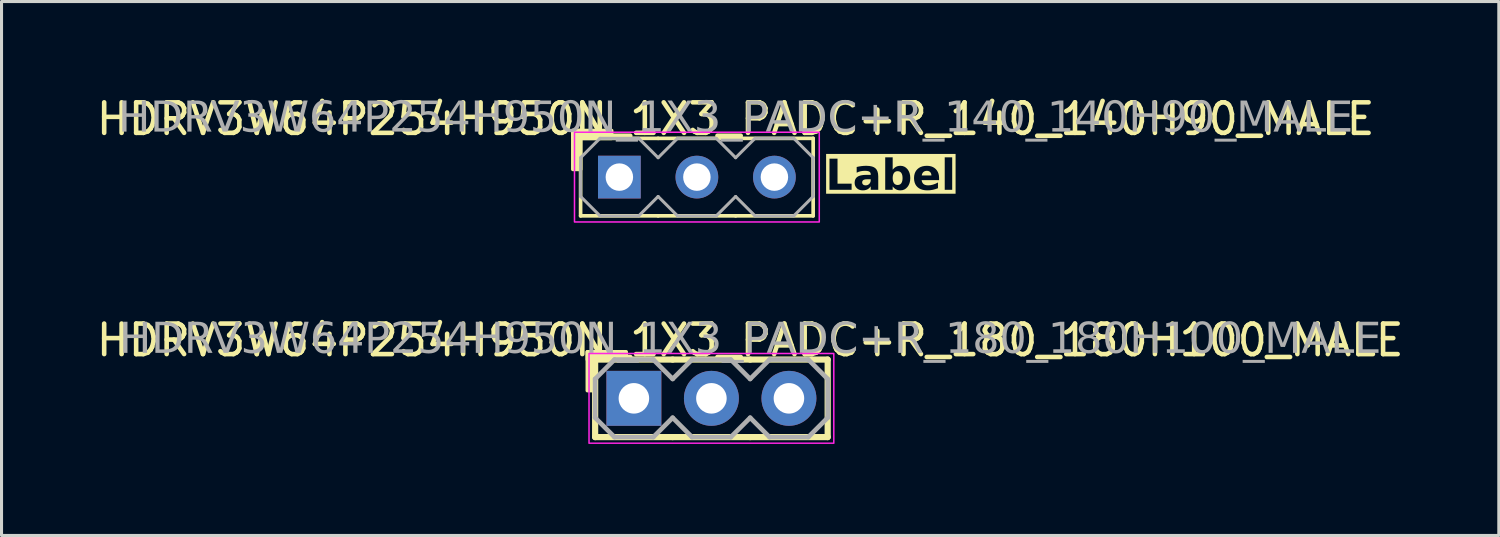
<source format=kicad_pcb>
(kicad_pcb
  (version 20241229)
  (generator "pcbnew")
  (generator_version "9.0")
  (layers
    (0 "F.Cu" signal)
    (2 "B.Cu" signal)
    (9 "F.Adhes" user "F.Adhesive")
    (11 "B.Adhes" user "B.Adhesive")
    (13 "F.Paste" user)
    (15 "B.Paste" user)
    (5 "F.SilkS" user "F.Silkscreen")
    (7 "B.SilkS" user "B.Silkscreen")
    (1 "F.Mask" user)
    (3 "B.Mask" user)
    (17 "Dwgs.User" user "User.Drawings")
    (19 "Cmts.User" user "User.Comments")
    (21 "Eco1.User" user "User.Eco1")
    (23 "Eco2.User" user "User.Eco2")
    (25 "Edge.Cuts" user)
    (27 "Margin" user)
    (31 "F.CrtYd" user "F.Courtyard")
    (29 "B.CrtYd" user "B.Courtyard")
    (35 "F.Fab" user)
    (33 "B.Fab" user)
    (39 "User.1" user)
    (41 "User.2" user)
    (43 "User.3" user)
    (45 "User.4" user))
  (footprint "HDRV3W64P254H950N_1X3_PADC+R_140_140H90_MALE"
    (layer "F.Cu")
    (at 19.784 2.753)
    (property "Reference" "HDRV3W64P254H950N_1X3_PADC+R_140_140H90_MALE" (at 1.27 -1.905 0) (layer "F.SilkS") (effects (font (size 1 1) (thickness 0.15))))
    (property "Label" "Label" (at 6.35 0 0) (layer "F.SilkS" knockout) (effects (font (face "Tahoma") (size 1 1) (thickness 0.2) (bold yes))))
    (attr through_hole)
    (fp_line (start -3.81 1.27) (end -3.81 -1.27) (stroke (width 0.12) (type solid)) (layer "F.SilkS"))
    (fp_line (start -1.27 -1.27) (end -3.81 -1.27) (stroke (width 0.12) (type solid)) (layer "F.SilkS"))
    (fp_line (start -1.27 1.27) (end -3.81 1.27) (stroke (width 0.12) (type solid)) (layer "F.SilkS"))
    (fp_line (start 1.27 -1.27) (end -1.27 -1.27) (stroke (width 0.12) (type solid)) (layer "F.SilkS"))
    (fp_line (start 1.27 1.27) (end -1.27 1.27) (stroke (width 0.12) (type solid)) (layer "F.SilkS"))
    (fp_line (start 3.81 -1.27) (end 1.27 -1.27) (stroke (width 0.12) (type solid)) (layer "F.SilkS"))
    (fp_line (start 3.81 1.27) (end 1.27 1.27) (stroke (width 0.12) (type solid)) (layer "F.SilkS"))
    (fp_line (start 3.81 1.27) (end 3.81 -1.27) (stroke (width 0.12) (type solid)) (layer "F.SilkS"))
    (fp_rect (start -4.064 -0.254) (end -3.81 -1.524) (stroke (width 0.12) (type solid)) (fill yes) (layer "F.SilkS"))
    (fp_rect (start -2.794 -1.27) (end -4.064 -1.524) (stroke (width 0.12) (type solid)) (fill yes) (layer "F.SilkS"))
    (fp_rect (start -4.01 -1.47) (end 4.01 1.47) (stroke (width 0.05) (type default)) (fill no) (layer "F.CrtYd"))
    (fp_line (start -3.81 -0.635) (end -3.81 0.635) (stroke (width 0.1) (type solid)) (layer "F.Fab"))
    (fp_line (start -3.81 -0.635) (end -3.175 -1.27) (stroke (width 0.1) (type solid)) (layer "F.Fab"))
    (fp_line (start -3.175 -1.27) (end -1.905 -1.27) (stroke (width 0.1) (type solid)) (layer "F.Fab"))
    (fp_line (start -3.175 1.27) (end -3.81 0.635) (stroke (width 0.1) (type solid)) (layer "F.Fab"))
    (fp_line (start -1.905 -1.27) (end -1.27 -0.635) (stroke (width 0.1) (type solid)) (layer "F.Fab"))
    (fp_line (start -1.905 1.27) (end -3.175 1.27) (stroke (width 0.1) (type solid)) (layer "F.Fab"))
    (fp_line (start -1.27 -0.635) (end -0.635 -1.27) (stroke (width 0.1) (type solid)) (layer "F.Fab"))
    (fp_line (start -1.27 0.635) (end -1.905 1.27) (stroke (width 0.1) (type solid)) (layer "F.Fab"))
    (fp_line (start -0.635 -1.27) (end 0.635 -1.27) (stroke (width 0.1) (type solid)) (layer "F.Fab"))
    (fp_line (start -0.635 1.27) (end -1.27 0.635) (stroke (width 0.1) (type solid)) (layer "F.Fab"))
    (fp_line (start 0.635 -1.27) (end 1.27 -0.635) (stroke (width 0.1) (type solid)) (layer "F.Fab"))
    (fp_line (start 0.635 1.27) (end -0.635 1.27) (stroke (width 0.1) (type solid)) (layer "F.Fab"))
    (fp_line (start 1.27 -0.635) (end 1.905 -1.27) (stroke (width 0.1) (type solid)) (layer "F.Fab"))
    (fp_line (start 1.27 0.635) (end 0.635 1.27) (stroke (width 0.1) (type solid)) (layer "F.Fab"))
    (fp_line (start 1.905 -1.27) (end 3.175 -1.27) (stroke (width 0.1) (type solid)) (layer "F.Fab"))
    (fp_line (start 1.905 1.27) (end 1.27 0.635) (stroke (width 0.1) (type solid)) (layer "F.Fab"))
    (fp_line (start 3.175 -1.27) (end 3.81 -0.635) (stroke (width 0.1) (type solid)) (layer "F.Fab"))
    (fp_line (start 3.175 1.27) (end 1.905 1.27) (stroke (width 0.1) (type solid)) (layer "F.Fab"))
    (fp_line (start 3.81 -0.635) (end 3.81 0.635) (stroke (width 0.1) (type solid)) (layer "F.Fab"))
    (fp_line (start 3.81 0.635) (end 3.175 1.27) (stroke (width 0.1) (type solid)) (layer "F.Fab"))
    (fp_rect (start -2.286 -0.254) (end -2.794 0.254) (stroke (width 0.1) (type solid)) (fill no) (layer "F.Fab"))
    (fp_rect (start 0.254 -0.254) (end -0.254 0.254) (stroke (width 0.1) (type solid)) (fill no) (layer "F.Fab"))
    (fp_rect (start 2.794 -0.254) (end 2.286 0.254) (stroke (width 0.1) (type solid)) (fill no) (layer "F.Fab"))
    (fp_text user "${REFERENCE}" (at 1.27 -1.905 0) (layer "F.Fab") (effects (font (face "Tahoma") (size 1 1) (thickness 0.15))))
    (pad "1" thru_hole rect (at -2.54 0) (size 1.4 1.4) (drill 0.9) (layers "*.Cu" "*.Mask"))
    (pad "2" thru_hole circle (at 0 0) (size 1.4 1.4) (drill 0.9) (layers "*.Cu" "*.Mask"))
    (pad "3" thru_hole circle (at 2.54 0) (size 1.4 1.4) (drill 0.9) (layers "*.Cu" "*.Mask")))
  (footprint "HDRV3W64P254H950N_1X3_PADC+R_180_180H100_MALE"
    (layer "F.Cu")
    (at 20.26 10.002)
    (property "Reference" "HDRV3W64P254H950N_1X3_PADC+R_180_180H100_MALE" (at 1.27 -1.905 0) (layer "F.SilkS") (effects (font (size 1 1) (thickness 0.15))))
    (attr through_hole)
    (fp_line (start -3.81 1.27) (end -3.81 -1.27) (stroke (width 0.203) (type solid)) (layer "F.SilkS"))
    (fp_line (start -1.27 -1.27) (end -3.81 -1.27) (stroke (width 0.203) (type solid)) (layer "F.SilkS"))
    (fp_line (start -1.27 1.27) (end -3.81 1.27) (stroke (width 0.203) (type solid)) (layer "F.SilkS"))
    (fp_line (start 1.27 -1.27) (end -1.27 -1.27) (stroke (width 0.203) (type solid)) (layer "F.SilkS"))
    (fp_line (start 1.27 1.27) (end -1.27 1.27) (stroke (width 0.203) (type solid)) (layer "F.SilkS"))
    (fp_line (start 3.81 -1.27) (end 1.27 -1.27) (stroke (width 0.203) (type solid)) (layer "F.SilkS"))
    (fp_line (start 3.81 1.27) (end 1.27 1.27) (stroke (width 0.203) (type solid)) (layer "F.SilkS"))
    (fp_line (start 3.81 1.27) (end 3.81 -1.27) (stroke (width 0.203) (type solid)) (layer "F.SilkS"))
    (fp_rect (start -4.064 -0.254) (end -3.81 -1.524) (stroke (width 0.12) (type solid)) (fill yes) (layer "F.SilkS"))
    (fp_rect (start -2.794 -1.27) (end -4.064 -1.524) (stroke (width 0.12) (type solid)) (fill yes) (layer "F.SilkS"))
    (fp_rect (start -4.01 -1.47) (end 4.01 1.47) (stroke (width 0.05) (type default)) (fill no) (layer "F.CrtYd"))
    (fp_line (start -3.81 -0.635) (end -3.81 0.635) (stroke (width 0.152) (type solid)) (layer "F.Fab"))
    (fp_line (start -3.81 -0.635) (end -3.175 -1.27) (stroke (width 0.152) (type solid)) (layer "F.Fab"))
    (fp_line (start -3.175 -1.27) (end -1.905 -1.27) (stroke (width 0.152) (type solid)) (layer "F.Fab"))
    (fp_line (start -3.175 1.27) (end -3.81 0.635) (stroke (width 0.152) (type solid)) (layer "F.Fab"))
    (fp_line (start -1.905 -1.27) (end -1.27 -0.635) (stroke (width 0.152) (type solid)) (layer "F.Fab"))
    (fp_line (start -1.905 1.27) (end -3.175 1.27) (stroke (width 0.152) (type solid)) (layer "F.Fab"))
    (fp_line (start -1.27 -0.635) (end -0.635 -1.27) (stroke (width 0.152) (type solid)) (layer "F.Fab"))
    (fp_line (start -1.27 0.635) (end -1.905 1.27) (stroke (width 0.152) (type solid)) (layer "F.Fab"))
    (fp_line (start -0.635 -1.27) (end 0.635 -1.27) (stroke (width 0.152) (type solid)) (layer "F.Fab"))
    (fp_line (start -0.635 1.27) (end -1.27 0.635) (stroke (width 0.152) (type solid)) (layer "F.Fab"))
    (fp_line (start 0.635 -1.27) (end 1.27 -0.635) (stroke (width 0.152) (type solid)) (layer "F.Fab"))
    (fp_line (start 0.635 1.27) (end -0.635 1.27) (stroke (width 0.152) (type solid)) (layer "F.Fab"))
    (fp_line (start 1.27 -0.635) (end 1.905 -1.27) (stroke (width 0.152) (type solid)) (layer "F.Fab"))
    (fp_line (start 1.27 0.635) (end 0.635 1.27) (stroke (width 0.152) (type solid)) (layer "F.Fab"))
    (fp_line (start 1.905 -1.27) (end 3.175 -1.27) (stroke (width 0.152) (type solid)) (layer "F.Fab"))
    (fp_line (start 1.905 1.27) (end 1.27 0.635) (stroke (width 0.152) (type solid)) (layer "F.Fab"))
    (fp_line (start 3.175 -1.27) (end 3.81 -0.635) (stroke (width 0.152) (type solid)) (layer "F.Fab"))
    (fp_line (start 3.175 1.27) (end 1.905 1.27) (stroke (width 0.152) (type solid)) (layer "F.Fab"))
    (fp_line (start 3.81 -0.635) (end 3.81 0.635) (stroke (width 0.152) (type solid)) (layer "F.Fab"))
    (fp_line (start 3.81 0.635) (end 3.175 1.27) (stroke (width 0.152) (type solid)) (layer "F.Fab"))
    (fp_rect (start -2.286 -0.254) (end -2.794 0.254) (stroke (width 0.152) (type solid)) (fill no) (layer "F.Fab"))
    (fp_rect (start 0.254 -0.254) (end -0.254 0.254) (stroke (width 0.152) (type solid)) (fill no) (layer "F.Fab"))
    (fp_rect (start 2.794 -0.254) (end 2.286 0.254) (stroke (width 0.152) (type solid)) (fill no) (layer "F.Fab"))
    (fp_text user "${REFERENCE}" (at 1.27 -1.905 0) (layer "F.Fab") (effects (font (face "Tahoma") (size 1 1) (thickness 0.15))))
    (pad "1" thru_hole rect (at -2.54 0) (size 1.8 1.8) (drill 1) (layers "*.Cu" "*.Mask"))
    (pad "2" thru_hole circle (at 0 0) (size 1.8 1.8) (drill 1) (layers "*.Cu" "*.Mask"))
    (pad "3" thru_hole circle (at 2.54 0) (size 1.8 1.8) (drill 1) (layers "*.Cu" "*.Mask")))
  (gr_rect
    (start -3 -3)
    (end 46.06 14.496)
    (stroke (width 0.1) (type default))
    (fill no)
    (layer "Edge.Cuts")))
</source>
